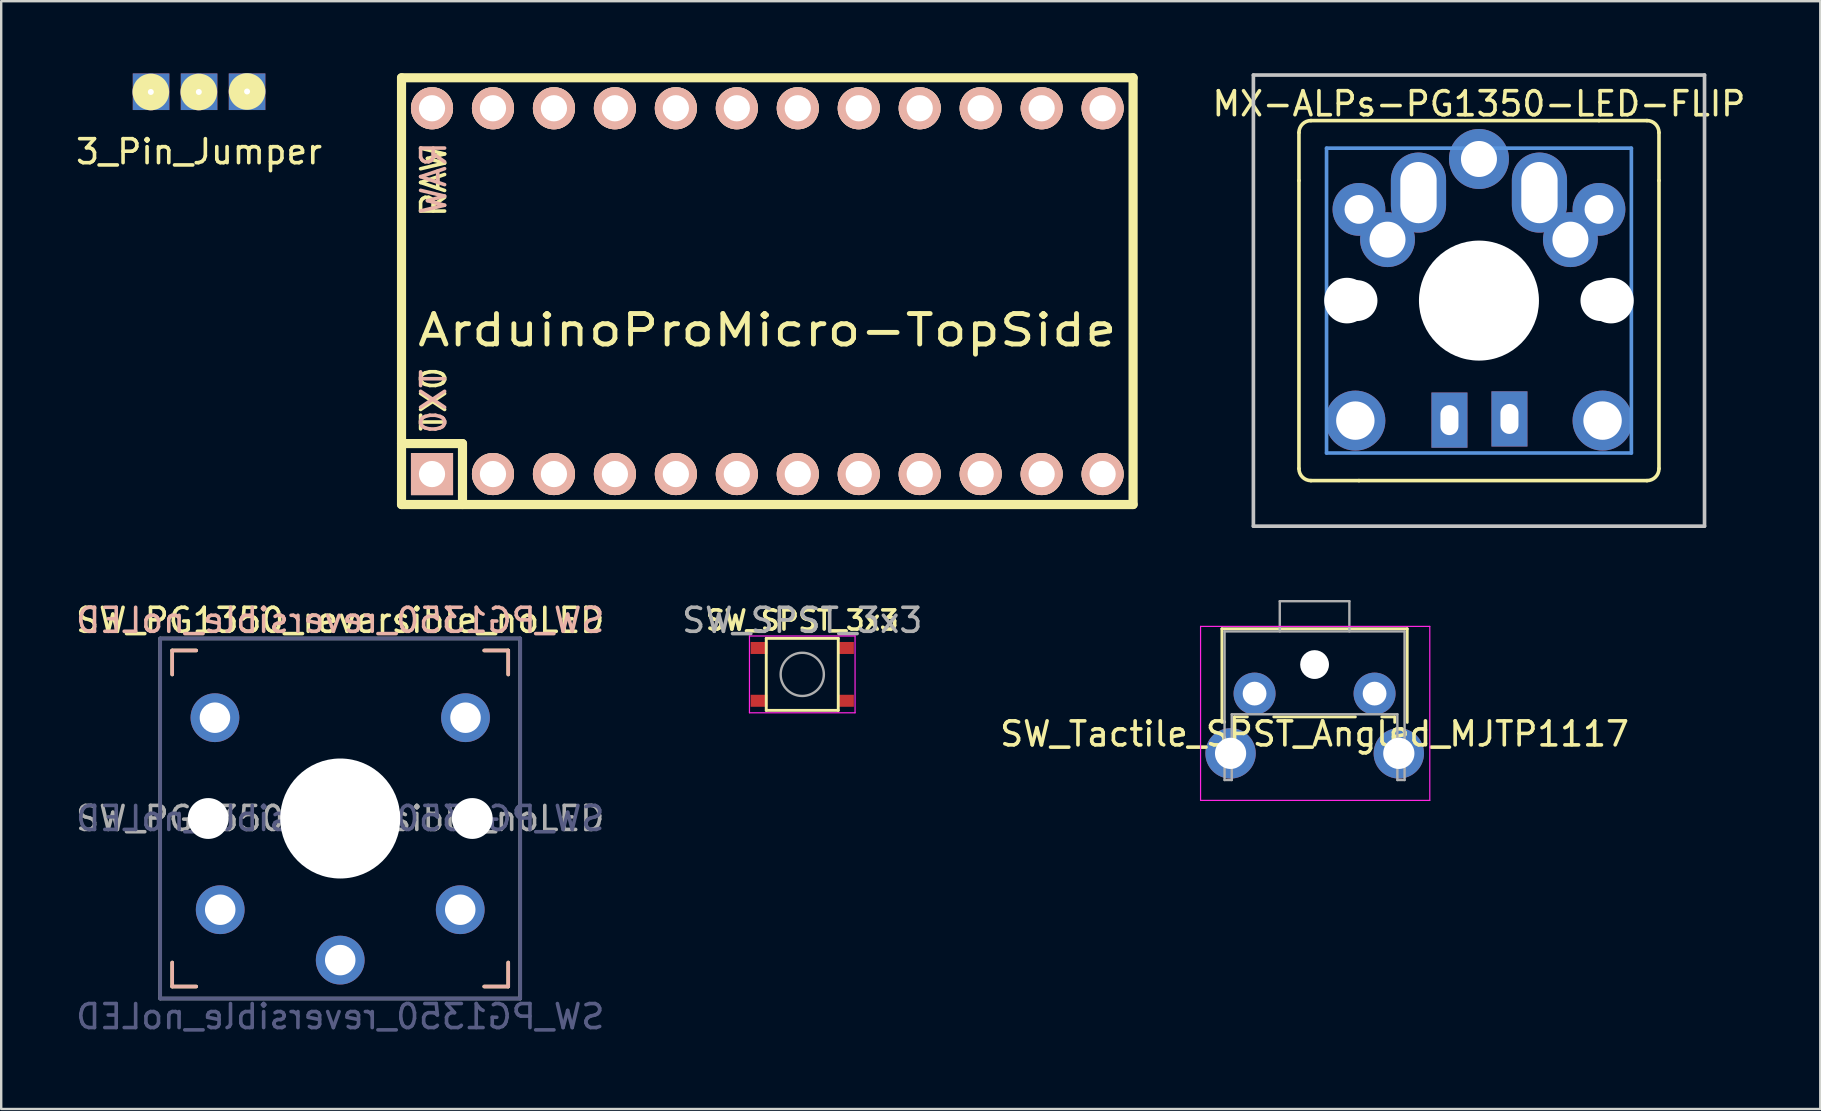
<source format=kicad_pcb>
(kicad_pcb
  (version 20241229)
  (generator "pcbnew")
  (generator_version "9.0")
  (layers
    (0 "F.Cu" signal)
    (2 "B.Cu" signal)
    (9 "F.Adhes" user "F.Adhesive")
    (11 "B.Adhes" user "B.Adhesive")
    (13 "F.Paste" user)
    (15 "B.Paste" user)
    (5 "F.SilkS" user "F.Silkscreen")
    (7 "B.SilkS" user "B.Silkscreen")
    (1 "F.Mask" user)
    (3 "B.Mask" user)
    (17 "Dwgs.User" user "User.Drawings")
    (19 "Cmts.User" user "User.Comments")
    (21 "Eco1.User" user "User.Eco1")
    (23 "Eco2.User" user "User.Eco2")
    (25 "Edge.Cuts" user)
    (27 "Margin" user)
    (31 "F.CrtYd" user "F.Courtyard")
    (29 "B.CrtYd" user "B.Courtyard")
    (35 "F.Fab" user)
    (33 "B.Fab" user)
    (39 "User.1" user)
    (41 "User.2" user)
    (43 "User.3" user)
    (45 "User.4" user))
  (footprint "SW_SPST_3x3"
    (layer "F.Cu")
    (at 30.375 25.047)
    (property "Reference" "SW_SPST_3x3" (at 0 -2.25 0) (layer "F.SilkS") (effects (font (size 0.8 0.8) (thickness 0.15))))
    (attr smd)
    (fp_line (start -1.5 -1.5) (end 1.5 -1.5) (stroke (width 0.12) (type solid)) (layer "F.SilkS"))
    (fp_line (start -1.5 1.5) (end -1.5 -1.5) (stroke (width 0.12) (type solid)) (layer "F.SilkS"))
    (fp_line (start -1.5 1.5) (end 1.5 1.5) (stroke (width 0.12) (type solid)) (layer "F.SilkS"))
    (fp_line (start 1.5 1.5) (end 1.5 -1.5) (stroke (width 0.12) (type solid)) (layer "F.SilkS"))
    (fp_line (start -2.2 -1.6) (end -2.2 1.6) (stroke (width 0.05) (type solid)) (layer "F.CrtYd"))
    (fp_line (start -2.2 -1.6) (end 2.2 -1.6) (stroke (width 0.05) (type solid)) (layer "F.CrtYd"))
    (fp_line (start -2.2 1.6) (end 2.2 1.6) (stroke (width 0.05) (type solid)) (layer "F.CrtYd"))
    (fp_line (start 2.2 -1.6) (end 2.2 1.6) (stroke (width 0.05) (type solid)) (layer "F.CrtYd"))
    (fp_circle (center 0 0) (end 0.9 0) (stroke (width 0.1) (type solid)) (fill no) (layer "F.Fab"))
    (fp_text user "${REFERENCE}" (at 0 -2.25 0) (layer "F.Fab") (effects (font (size 1 1) (thickness 0.15))))
    (pad "1" smd rect (at -1.8 -1.1) (size 0.7 0.5) (layers "F.Cu" "F.Mask" "F.Paste"))
    (pad "1" smd rect (at 1.8 -1.1) (size 0.7 0.5) (layers "F.Cu" "F.Mask" "F.Paste"))
    (pad "2" smd rect (at -1.8 1.1) (size 0.7 0.5) (layers "F.Cu" "F.Mask" "F.Paste"))
    (pad "2" smd rect (at 1.8 1.1) (size 0.7 0.5) (layers "F.Cu" "F.Mask" "F.Paste")))
  (footprint "SW_Tactile_SPST_Angled_MJTP1117"
    (layer "F.Cu")
    (at 49.22 25.848)
    (property "Reference" "SW_Tactile_SPST_Angled_MJTP1117" (at 2.5 1.68 0) (layer "F.SilkS") (effects (font (size 1 1) (thickness 0.15))))
    (attr through_hole)
    (fp_line (start -1.36 -2.7) (end -1.36 1.2) (stroke (width 0.12) (type solid)) (layer "F.SilkS"))
    (fp_line (start -1.36 -2.7) (end 6.36 -2.7) (stroke (width 0.12) (type solid)) (layer "F.SilkS"))
    (fp_line (start -0.84 0.97) (end -0.84 1.2) (stroke (width 0.12) (type solid)) (layer "F.SilkS"))
    (fp_line (start -0.84 0.97) (end -0.3 0.97) (stroke (width 0.12) (type solid)) (layer "F.SilkS"))
    (fp_line (start 0.8 0.97) (end 4.2 0.97) (stroke (width 0.12) (type solid)) (layer "F.SilkS"))
    (fp_line (start 5.3 0.97) (end 5.84 0.97) (stroke (width 0.12) (type solid)) (layer "F.SilkS"))
    (fp_line (start 5.84 0.97) (end 5.84 1.2) (stroke (width 0.12) (type solid)) (layer "F.SilkS"))
    (fp_line (start 6.36 -2.7) (end 6.36 1.2) (stroke (width 0.12) (type solid)) (layer "F.SilkS"))
    (fp_line (start -2.25 -2.8) (end 7.3 -2.8) (stroke (width 0.05) (type solid)) (layer "F.CrtYd"))
    (fp_line (start -2.25 4.45) (end -2.25 -2.8) (stroke (width 0.05) (type solid)) (layer "F.CrtYd"))
    (fp_line (start 7.3 -2.8) (end 7.3 4.45) (stroke (width 0.05) (type solid)) (layer "F.CrtYd"))
    (fp_line (start 7.3 4.45) (end -2.25 4.45) (stroke (width 0.05) (type solid)) (layer "F.CrtYd"))
    (fp_line (start -1.25 -2.59) (end 6.25 -2.59) (stroke (width 0.1) (type solid)) (layer "F.Fab"))
    (fp_line (start -1.25 3.6) (end -1.25 -2.59) (stroke (width 0.1) (type solid)) (layer "F.Fab"))
    (fp_line (start -1.25 3.6) (end -0.95 3.6) (stroke (width 0.1) (type solid)) (layer "F.Fab"))
    (fp_line (start -0.95 0.86) (end 5.95 0.86) (stroke (width 0.1) (type solid)) (layer "F.Fab"))
    (fp_line (start -0.95 3.6) (end -0.95 0.86) (stroke (width 0.1) (type solid)) (layer "F.Fab"))
    (fp_line (start 1.05 -3.85) (end 1.05 -2.59) (stroke (width 0.1) (type solid)) (layer "F.Fab"))
    (fp_line (start 1.05 -3.85) (end 3.95 -3.85) (stroke (width 0.1) (type solid)) (layer "F.Fab"))
    (fp_line (start 3.95 -3.85) (end 3.95 -2.59) (stroke (width 0.1) (type solid)) (layer "F.Fab"))
    (fp_line (start 5.95 3.6) (end 5.95 0.86) (stroke (width 0.1) (type solid)) (layer "F.Fab"))
    (fp_line (start 5.95 3.6) (end 6.25 3.6) (stroke (width 0.1) (type solid)) (layer "F.Fab"))
    (fp_line (start 6.25 3.6) (end 6.25 -2.59) (stroke (width 0.1) (type solid)) (layer "F.Fab"))
    (pad "" thru_hole circle (at -1 2.49) (size 2.1 2.1) (drill 1.3) (layers "*.Cu" "*.Mask"))
    (pad "" np_thru_hole circle (at 2.5 -1.21) (size 1.2 1.2) (drill 1.2) (layers "*.Cu" "*.Mask"))
    (pad "" thru_hole circle (at 6.01 2.49) (size 2.1 2.1) (drill 1.3) (layers "*.Cu" "*.Mask"))
    (pad "1" thru_hole circle (at 0 0) (size 1.75 1.75) (drill 0.99) (layers "*.Cu" "*.Mask"))
    (pad "2" thru_hole circle (at 5 0) (size 1.75 1.75) (drill 0.99) (layers "*.Cu" "*.Mask")))
  (footprint "3_Pin_Jumper"
    (layer "F.Cu")
    (at 5.244 2.772)
    (property "Reference" "3_Pin_Jumper" (at 0 0.5 0) (layer "F.SilkS") (effects (font (size 1 1) (thickness 0.15))))
    (attr through_hole)
    (pad "1" thru_hole circle (at -2.01 -1.99) (size 1.524 1.524) (drill 0.25) (layers "*.Cu" "*.Mask" "F.SilkS"))
    (pad "1" smd rect (at -2 -2) (size 1.524 1.524) (layers "F.Cu" "F.Mask" "F.Paste"))
    (pad "1" smd rect (at -2 -2) (size 1.524 1.524) (layers "F.Mask" "B.Cu" "F.Paste"))
    (pad "2" thru_hole circle (at -0.01 -1.99) (size 1.524 1.524) (drill 0.25) (layers "*.Cu" "*.Mask" "F.SilkS"))
    (pad "2" smd rect (at 0 -2) (size 1.524 1.524) (layers "F.Cu" "F.Mask" "F.Paste"))
    (pad "2" smd rect (at 0 -2) (size 1.524 1.524) (layers "F.Mask" "B.Cu" "F.Paste"))
    (pad "3" thru_hole circle (at 2 -2.01) (size 1.524 1.524) (drill 0.25) (layers "*.Cu" "*.Mask" "F.SilkS"))
    (pad "3" smd rect (at 2 -2) (size 1.524 1.524) (layers "F.Cu" "F.Mask" "F.Paste"))
    (pad "3" smd rect (at 2 -2) (size 1.524 1.524) (layers "F.Mask" "B.Cu" "F.Paste")))
  (footprint "ArduinoProMicro-TopSide"
    (layer "F.Cu")
    (at 28.919 9.081)
    (property "Reference" "ArduinoProMicro-TopSide" (at 0 1.625 0) (layer "F.SilkS") (effects (font (size 1.27 1.524) (thickness 0.203))))
    (attr through_hole)
    (fp_line (start -15.24 -8.89) (end -15.24 8.89) (stroke (width 0.381) (type solid)) (layer "F.SilkS"))
    (fp_line (start -15.24 6.35) (end -12.7 6.35) (stroke (width 0.381) (type solid)) (layer "F.SilkS"))
    (fp_line (start -15.24 8.89) (end 15.24 8.89) (stroke (width 0.381) (type solid)) (layer "F.SilkS"))
    (fp_line (start -12.7 6.35) (end -12.7 8.89) (stroke (width 0.381) (type solid)) (layer "F.SilkS"))
    (fp_line (start 15.24 -8.89) (end -15.24 -8.89) (stroke (width 0.381) (type solid)) (layer "F.SilkS"))
    (fp_line (start 15.24 8.89) (end 15.24 -8.89) (stroke (width 0.381) (type solid)) (layer "F.SilkS"))
    (fp_text user "TX0" (at -13.9 4.5 90) (layer "F.SilkS") (effects (font (size 1 1) (thickness 0.15))))
    (fp_text user "RAW" (at -13.9 -4.6 90) (layer "F.SilkS") (effects (font (size 1 1) (thickness 0.15))))
    (fp_text user "TX0" (at -13.9 4.6 90) (layer "B.SilkS") (effects (font (size 1 1) (thickness 0.15)) (justify mirror)))
    (fp_text user "RAW" (at -13.9 -4.7 90) (layer "B.SilkS") (effects (font (size 1 1) (thickness 0.15)) (justify mirror)))
    (pad "1" thru_hole rect (at -13.97 7.62) (size 1.753 1.753) (drill 1.092) (layers "*.Cu" "*.SilkS" "*.Mask"))
    (pad "2" thru_hole circle (at -11.43 7.62) (size 1.753 1.753) (drill 1.092) (layers "*.Cu" "*.SilkS" "*.Mask"))
    (pad "3" thru_hole circle (at -8.89 7.62) (size 1.753 1.753) (drill 1.092) (layers "*.Cu" "*.SilkS" "*.Mask"))
    (pad "4" thru_hole circle (at -6.35 7.62) (size 1.753 1.753) (drill 1.092) (layers "*.Cu" "*.SilkS" "*.Mask"))
    (pad "5" thru_hole circle (at -3.81 7.62) (size 1.753 1.753) (drill 1.092) (layers "*.Cu" "*.SilkS" "*.Mask"))
    (pad "6" thru_hole circle (at -1.27 7.62) (size 1.753 1.753) (drill 1.092) (layers "*.Cu" "*.SilkS" "*.Mask"))
    (pad "7" thru_hole circle (at 1.27 7.62) (size 1.753 1.753) (drill 1.092) (layers "*.Cu" "*.SilkS" "*.Mask"))
    (pad "8" thru_hole circle (at 3.81 7.62) (size 1.753 1.753) (drill 1.092) (layers "*.Cu" "*.SilkS" "*.Mask"))
    (pad "9" thru_hole circle (at 6.35 7.62) (size 1.753 1.753) (drill 1.092) (layers "*.Cu" "*.SilkS" "*.Mask"))
    (pad "10" thru_hole circle (at 8.89 7.62) (size 1.753 1.753) (drill 1.092) (layers "*.Cu" "*.SilkS" "*.Mask"))
    (pad "11" thru_hole circle (at 11.43 7.62) (size 1.753 1.753) (drill 1.092) (layers "*.Cu" "*.SilkS" "*.Mask"))
    (pad "12" thru_hole circle (at 13.97 7.62) (size 1.753 1.753) (drill 1.092) (layers "*.Cu" "*.SilkS" "*.Mask"))
    (pad "13" thru_hole circle (at 13.97 -7.62) (size 1.753 1.753) (drill 1.092) (layers "*.Cu" "*.SilkS" "*.Mask"))
    (pad "14" thru_hole circle (at 11.43 -7.62) (size 1.753 1.753) (drill 1.092) (layers "*.Cu" "*.SilkS" "*.Mask"))
    (pad "15" thru_hole circle (at 8.89 -7.62) (size 1.753 1.753) (drill 1.092) (layers "*.Cu" "*.SilkS" "*.Mask"))
    (pad "16" thru_hole circle (at 6.35 -7.62) (size 1.753 1.753) (drill 1.092) (layers "*.Cu" "*.SilkS" "*.Mask"))
    (pad "17" thru_hole circle (at 3.81 -7.62) (size 1.753 1.753) (drill 1.092) (layers "*.Cu" "*.SilkS" "*.Mask"))
    (pad "18" thru_hole circle (at 1.27 -7.62) (size 1.753 1.753) (drill 1.092) (layers "*.Cu" "*.SilkS" "*.Mask"))
    (pad "19" thru_hole circle (at -1.27 -7.62) (size 1.753 1.753) (drill 1.092) (layers "*.Cu" "*.SilkS" "*.Mask"))
    (pad "20" thru_hole circle (at -3.81 -7.62) (size 1.753 1.753) (drill 1.092) (layers "*.Cu" "*.SilkS" "*.Mask"))
    (pad "21" thru_hole circle (at -6.35 -7.62) (size 1.753 1.753) (drill 1.092) (layers "*.Cu" "*.SilkS" "*.Mask"))
    (pad "22" thru_hole circle (at -8.89 -7.62) (size 1.753 1.753) (drill 1.092) (layers "*.Cu" "*.SilkS" "*.Mask"))
    (pad "23" thru_hole circle (at -11.43 -7.62) (size 1.753 1.753) (drill 1.092) (layers "*.Cu" "*.SilkS" "*.Mask"))
    (pad "24" thru_hole circle (at -13.97 -7.62) (size 1.753 1.753) (drill 1.092) (layers "*.Cu" "*.SilkS" "*.Mask")))
  (footprint "SW_PG1350_reversible_noLED"
    (layer "F.Cu")
    (at 11.125 31.052)
    (property "Reference" "SW_PG1350_reversible_noLED" (at 0 -8.255 0) (layer "F.SilkS") (effects (font (size 1 1) (thickness 0.15))))
    (property "Value" "SW_PG1350_reversible_noLED" (at 0 8.255 0) (layer "F.Fab") (hide yes) (effects (font (size 1 1) (thickness 0.15))))
    (attr through_hole)
    (fp_line (start -7 -7) (end -6 -7) (stroke (width 0.15) (type solid)) (layer "F.SilkS"))
    (fp_line (start -7 -6) (end -7 -7) (stroke (width 0.15) (type solid)) (layer "F.SilkS"))
    (fp_line (start -7 7) (end -7 6) (stroke (width 0.15) (type solid)) (layer "F.SilkS"))
    (fp_line (start -6 7) (end -7 7) (stroke (width 0.15) (type solid)) (layer "F.SilkS"))
    (fp_line (start 6 -7) (end 7 -7) (stroke (width 0.15) (type solid)) (layer "F.SilkS"))
    (fp_line (start 7 -7) (end 7 -6) (stroke (width 0.15) (type solid)) (layer "F.SilkS"))
    (fp_line (start 7 6) (end 7 7) (stroke (width 0.15) (type solid)) (layer "F.SilkS"))
    (fp_line (start 7 7) (end 6 7) (stroke (width 0.15) (type solid)) (layer "F.SilkS"))
    (fp_line (start -7 -7) (end -6 -7) (stroke (width 0.15) (type solid)) (layer "B.SilkS"))
    (fp_line (start -7 -6) (end -7 -7) (stroke (width 0.15) (type solid)) (layer "B.SilkS"))
    (fp_line (start -7 7) (end -7 6) (stroke (width 0.15) (type solid)) (layer "B.SilkS"))
    (fp_line (start -6 7) (end -7 7) (stroke (width 0.15) (type solid)) (layer "B.SilkS"))
    (fp_line (start 6 -7) (end 7 -7) (stroke (width 0.15) (type solid)) (layer "B.SilkS"))
    (fp_line (start 7 -7) (end 7 -6) (stroke (width 0.15) (type solid)) (layer "B.SilkS"))
    (fp_line (start 7 6) (end 7 7) (stroke (width 0.15) (type solid)) (layer "B.SilkS"))
    (fp_line (start 7 7) (end 6 7) (stroke (width 0.15) (type solid)) (layer "B.SilkS"))
    (fp_line (start -6.9 6.9) (end -6.9 -6.9) (stroke (width 0.15) (type solid)) (layer "Eco2.User"))
    (fp_line (start -6.9 6.9) (end 6.9 6.9) (stroke (width 0.15) (type solid)) (layer "Eco2.User"))
    (fp_line (start 6.9 -6.9) (end -6.9 -6.9) (stroke (width 0.15) (type solid)) (layer "Eco2.User"))
    (fp_line (start 6.9 -6.9) (end 6.9 6.9) (stroke (width 0.15) (type solid)) (layer "Eco2.User"))
    (fp_line (start -7.5 -7.5) (end 7.5 -7.5) (stroke (width 0.15) (type solid)) (layer "B.Fab"))
    (fp_line (start -7.5 7.5) (end -7.5 -7.5) (stroke (width 0.15) (type solid)) (layer "B.Fab"))
    (fp_line (start 7.5 -7.5) (end 7.5 7.5) (stroke (width 0.15) (type solid)) (layer "B.Fab"))
    (fp_line (start 7.5 7.5) (end -7.5 7.5) (stroke (width 0.15) (type solid)) (layer "B.Fab"))
    (fp_line (start -7.5 -7.5) (end 7.5 -7.5) (stroke (width 0.15) (type solid)) (layer "F.Fab"))
    (fp_line (start -7.5 7.5) (end -7.5 -7.5) (stroke (width 0.15) (type solid)) (layer "F.Fab"))
    (fp_line (start 7.5 -7.5) (end 7.5 7.5) (stroke (width 0.15) (type solid)) (layer "F.Fab"))
    (fp_line (start 7.5 7.5) (end -7.5 7.5) (stroke (width 0.15) (type solid)) (layer "F.Fab"))
    (fp_text user "${REFERENCE}" (at 0 -8.255 0) (layer "B.SilkS") (effects (font (size 1 1) (thickness 0.15)) (justify mirror)))
    (fp_text user "${VALUE}" (at 0 8.255 0) (layer "B.Fab") (effects (font (size 1 1) (thickness 0.15)) (justify mirror)))
    (fp_text user "${REFERENCE}" (at 0 0 0) (layer "B.Fab") (effects (font (size 1 1) (thickness 0.15)) (justify mirror)))
    (fp_text user "${REFERENCE}" (at 0 0 0) (layer "F.Fab") (effects (font (size 1 1) (thickness 0.15))))
    (pad "" np_thru_hole circle (at -5.5 0) (size 1.702 1.702) (drill 1.702) (layers "*.Cu" "*.Mask"))
    (pad "" thru_hole circle (at -5.22 -4.2) (size 2.032 2.032) (drill 1.27) (layers "*.Cu" "*.Mask"))
    (pad "" np_thru_hole circle (at 0 0) (size 5 5) (drill 5) (layers "*.Cu" "*.Mask"))
    (pad "" thru_hole circle (at 5.22 -4.2) (size 2.032 2.032) (drill 1.27) (layers "*.Cu" "*.Mask"))
    (pad "" np_thru_hole circle (at 5.5 0) (size 1.702 1.702) (drill 1.702) (layers "*.Cu" "*.Mask"))
    (pad "1" thru_hole circle (at 0 5.9) (size 2.032 2.032) (drill 1.27) (layers "*.Cu" "*.Mask"))
    (pad "2" thru_hole circle (at -5 3.8) (size 2.032 2.032) (drill 1.27) (layers "*.Cu" "*.Mask"))
    (pad "2" thru_hole circle (at 5 3.8) (size 2.032 2.032) (drill 1.27) (layers "*.Cu" "*.Mask")))
  (footprint "MX-ALPs-PG1350-LED-FLIP"
    (layer "F.Cu")
    (at 58.569 9.474)
    (property "Reference" "MX-ALPs-PG1350-LED-FLIP" (at 0 -8.2 0) (layer "F.SilkS") (effects (font (size 1 1) (thickness 0.15))))
    (attr through_hole)
    (fp_line (start -7.5 -7) (end -7.5 -5) (stroke (width 0.15) (type solid)) (layer "F.SilkS"))
    (fp_line (start -7.5 7) (end -7.5 -5) (stroke (width 0.15) (type solid)) (layer "F.SilkS"))
    (fp_line (start -7 -7.5) (end 5 -7.5) (stroke (width 0.15) (type solid)) (layer "F.SilkS"))
    (fp_line (start -7 7.5) (end -5 7.5) (stroke (width 0.15) (type solid)) (layer "F.SilkS"))
    (fp_line (start 7 -7.5) (end 5 -7.5) (stroke (width 0.15) (type solid)) (layer "F.SilkS"))
    (fp_line (start 7 7.5) (end -5 7.5) (stroke (width 0.15) (type solid)) (layer "F.SilkS"))
    (fp_line (start 7.5 -7) (end 7.5 -5) (stroke (width 0.15) (type solid)) (layer "F.SilkS"))
    (fp_line (start 7.5 7) (end 7.5 -5) (stroke (width 0.15) (type solid)) (layer "F.SilkS"))
    (fp_arc (start -7.5 -7) (mid -7.353553 -7.353553) (end -7 -7.5) (stroke (width 0.15) (type solid)) (layer "F.SilkS"))
    (fp_arc (start -7 7.5) (mid -7.353553 7.353553) (end -7.5 7) (stroke (width 0.15) (type solid)) (layer "F.SilkS"))
    (fp_arc (start 7 -7.5) (mid 7.353553 -7.353553) (end 7.5 -7) (stroke (width 0.15) (type solid)) (layer "F.SilkS"))
    (fp_arc (start 7.5 7) (mid 7.353553 7.353553) (end 7 7.5) (stroke (width 0.15) (type solid)) (layer "F.SilkS"))
    (fp_line (start -9.398 -9.398) (end 9.398 -9.398) (stroke (width 0.152) (type solid)) (layer "Dwgs.User"))
    (fp_line (start -9.398 9.398) (end -9.398 -9.398) (stroke (width 0.152) (type solid)) (layer "Dwgs.User"))
    (fp_line (start 9.398 -9.398) (end 9.398 9.398) (stroke (width 0.152) (type solid)) (layer "Dwgs.User"))
    (fp_line (start 9.398 9.398) (end -9.398 9.398) (stroke (width 0.152) (type solid)) (layer "Dwgs.User"))
    (fp_line (start -6.35 -6.35) (end 6.35 -6.35) (stroke (width 0.152) (type solid)) (layer "Cmts.User"))
    (fp_line (start -6.35 6.35) (end -6.35 -6.35) (stroke (width 0.152) (type solid)) (layer "Cmts.User"))
    (fp_line (start 6.35 -6.35) (end 6.35 6.35) (stroke (width 0.152) (type solid)) (layer "Cmts.User"))
    (fp_line (start 6.35 6.35) (end -6.35 6.35) (stroke (width 0.152) (type solid)) (layer "Cmts.User"))
    (fp_line (start -7.798 -6.005) (end -6.985 -6.005) (stroke (width 0.152) (type solid)) (layer "Eco2.User"))
    (fp_line (start -7.798 -2.504) (end -7.798 -6.005) (stroke (width 0.152) (type solid)) (layer "Eco2.User"))
    (fp_line (start -7.798 2.504) (end -6.985 2.504) (stroke (width 0.152) (type solid)) (layer "Eco2.User"))
    (fp_line (start -7.798 6.005) (end -7.798 2.504) (stroke (width 0.152) (type solid)) (layer "Eco2.User"))
    (fp_line (start -6.985 -6.985) (end 6.985 -6.985) (stroke (width 0.152) (type solid)) (layer "Eco2.User"))
    (fp_line (start -6.985 -6.005) (end -6.985 -6.985) (stroke (width 0.152) (type solid)) (layer "Eco2.User"))
    (fp_line (start -6.985 -2.504) (end -7.798 -2.504) (stroke (width 0.152) (type solid)) (layer "Eco2.User"))
    (fp_line (start -6.985 2.504) (end -6.985 -2.504) (stroke (width 0.152) (type solid)) (layer "Eco2.User"))
    (fp_line (start -6.985 6.005) (end -7.798 6.005) (stroke (width 0.152) (type solid)) (layer "Eco2.User"))
    (fp_line (start -6.985 6.985) (end -6.985 6.005) (stroke (width 0.152) (type solid)) (layer "Eco2.User"))
    (fp_line (start 6.985 -6.985) (end 6.985 -6.005) (stroke (width 0.152) (type solid)) (layer "Eco2.User"))
    (fp_line (start 6.985 -6.005) (end 7.798 -6.005) (stroke (width 0.152) (type solid)) (layer "Eco2.User"))
    (fp_line (start 6.985 -2.504) (end 6.985 2.504) (stroke (width 0.152) (type solid)) (layer "Eco2.User"))
    (fp_line (start 6.985 2.504) (end 7.798 2.504) (stroke (width 0.152) (type solid)) (layer "Eco2.User"))
    (fp_line (start 6.985 6.005) (end 6.985 6.985) (stroke (width 0.152) (type solid)) (layer "Eco2.User"))
    (fp_line (start 6.985 6.985) (end -6.985 6.985) (stroke (width 0.152) (type solid)) (layer "Eco2.User"))
    (fp_line (start 7.798 -6.005) (end 7.798 -2.504) (stroke (width 0.152) (type solid)) (layer "Eco2.User"))
    (fp_line (start 7.798 -2.504) (end 6.985 -2.504) (stroke (width 0.152) (type solid)) (layer "Eco2.User"))
    (fp_line (start 7.798 2.504) (end 7.798 6.005) (stroke (width 0.152) (type solid)) (layer "Eco2.User"))
    (fp_line (start 7.798 6.005) (end 6.985 6.005) (stroke (width 0.152) (type solid)) (layer "Eco2.User"))
    (pad "" np_thru_hole circle (at -5.5 0 270) (size 1.9 1.9) (drill 1.9) (layers "*.Cu" "*.Mask"))
    (pad "" thru_hole circle (at -5.15 5 270) (size 2.5 2.5) (drill 1.6) (layers "*.Cu" "*.Mask"))
    (pad "" np_thru_hole circle (at -5.08 0) (size 1.702 1.702) (drill 1.702) (layers "*.Cu" "*.Mask"))
    (pad "" np_thru_hole circle (at 0 0 270) (size 5 5) (drill 5) (layers "*.Cu" "*.Mask"))
    (pad "" np_thru_hole circle (at 5.08 0) (size 1.702 1.702) (drill 1.702) (layers "*.Cu" "*.Mask"))
    (pad "" thru_hole circle (at 5.15 5 270) (size 2.5 2.5) (drill 1.6) (layers "*.Cu" "*.Mask"))
    (pad "" np_thru_hole circle (at 5.5 0 270) (size 1.9 1.9) (drill 1.9) (layers "*.Cu" "*.Mask"))
    (pad "1" thru_hole circle (at 0 -5.9 270) (size 2.5 2.5) (drill 1.5) (layers "*.Cu" "*.Mask"))
    (pad "1" thru_hole oval (at 2.52 -4.5) (size 2.3 3.337) (drill oval 1.513 2.55) (layers "*.Cu" "*.Mask"))
    (pad "1" thru_hole circle (at 3.81 -2.54) (size 2.286 2.286) (drill 1.499) (layers "*.Cu" "*.Mask"))
    (pad "1" thru_hole circle (at 5 -3.8 270) (size 2.2 2.2) (drill 1.2) (layers "*.Cu" "*.Mask"))
    (pad "2" thru_hole circle (at -5 -3.8 270) (size 2.2 2.2) (drill 1.2) (layers "*.Cu" "*.Mask"))
    (pad "2" thru_hole circle (at -3.81 -2.54) (size 2.286 2.286) (drill 1.499) (layers "*.Cu" "*.Mask"))
    (pad "2" thru_hole oval (at -2.52 -4.5) (size 2.3 3.337) (drill oval 1.513 2.55) (layers "*.Cu" "*.Mask"))
    (pad "3" thru_hole rect (at -1.23 4.98 270) (size 2.3 1.5) (drill oval 1.25 0.75) (layers "*.Cu" "*.Mask"))
    (pad "4" thru_hole rect (at 1.27 4.93 270) (size 2.3 1.5) (drill oval 1.25 0.75) (layers "*.Cu" "*.Mask")))
  (gr_rect
    (start -3 -3)
    (end 72.79 43.155)
    (stroke (width 0.1) (type default))
    (fill no)
    (layer "Edge.Cuts")))
</source>
